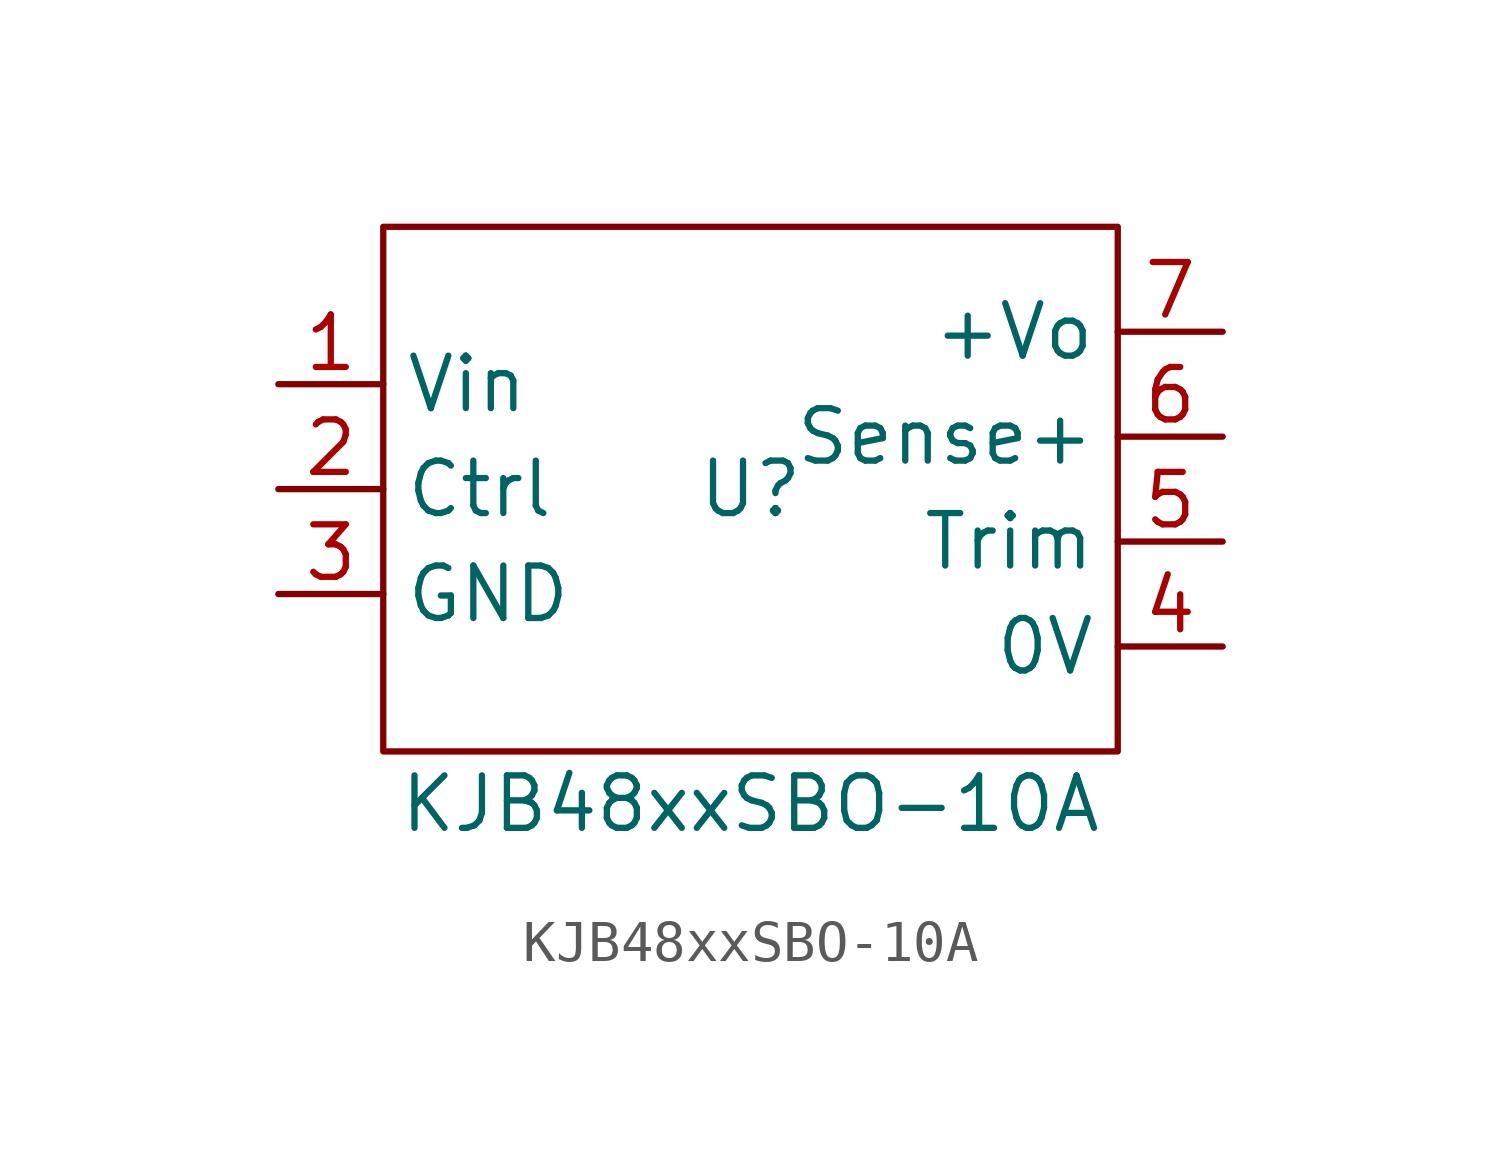
<source format=kicad_sym>
(kicad_symbol_lib
  (version 20220914)
  (generator kicad_symbol_editor)
  (symbol "KJB48xxSBO-10A"
    (property "Reference" "U"
      (at 0 0 0)
      (effects (font (size 1.27 1.27))))
    (property "Value" "KJB48xxSBO-10A"
      (at 0 -7.62 0)
      (effects (font (size 1.27 1.27))))
    (symbol "KJB48xxSBO-10A_0_1"
      (rectangle (start -8.89 6.35) (end 8.89 -6.35) (stroke (width 0) (type default)) (fill (type none))))
    (symbol "KJB48xxSBO-10A_1_1"
      (pin passive line (at -11.43 2.54 0) (length 2.54) (name "Vin" (effects (font (size 1.27 1.27)))) (number "1" (effects (font (size 1.27 1.27)))))
      (pin passive line (at -11.43 0 0) (length 2.54) (name "Ctrl" (effects (font (size 1.27 1.27)))) (number "2" (effects (font (size 1.27 1.27)))))
      (pin passive line (at -11.43 -2.54 0) (length 2.54) (name "GND" (effects (font (size 1.27 1.27)))) (number "3" (effects (font (size 1.27 1.27)))))
      (pin passive line (at 11.43 -3.81 180) (length 2.54) (name "0V" (effects (font (size 1.27 1.27)))) (number "4" (effects (font (size 1.27 1.27)))))
      (pin passive line (at 11.43 -1.27 180) (length 2.54) (name "Trim" (effects (font (size 1.27 1.27)))) (number "5" (effects (font (size 1.27 1.27)))))
      (pin passive line (at 11.43 1.27 180) (length 2.54) (name "Sense+" (effects (font (size 1.27 1.27)))) (number "6" (effects (font (size 1.27 1.27)))))
      (pin passive line (at 11.43 3.81 180) (length 2.54) (name "+Vo" (effects (font (size 1.27 1.27)))) (number "7" (effects (font (size 1.27 1.27))))))))
</source>
